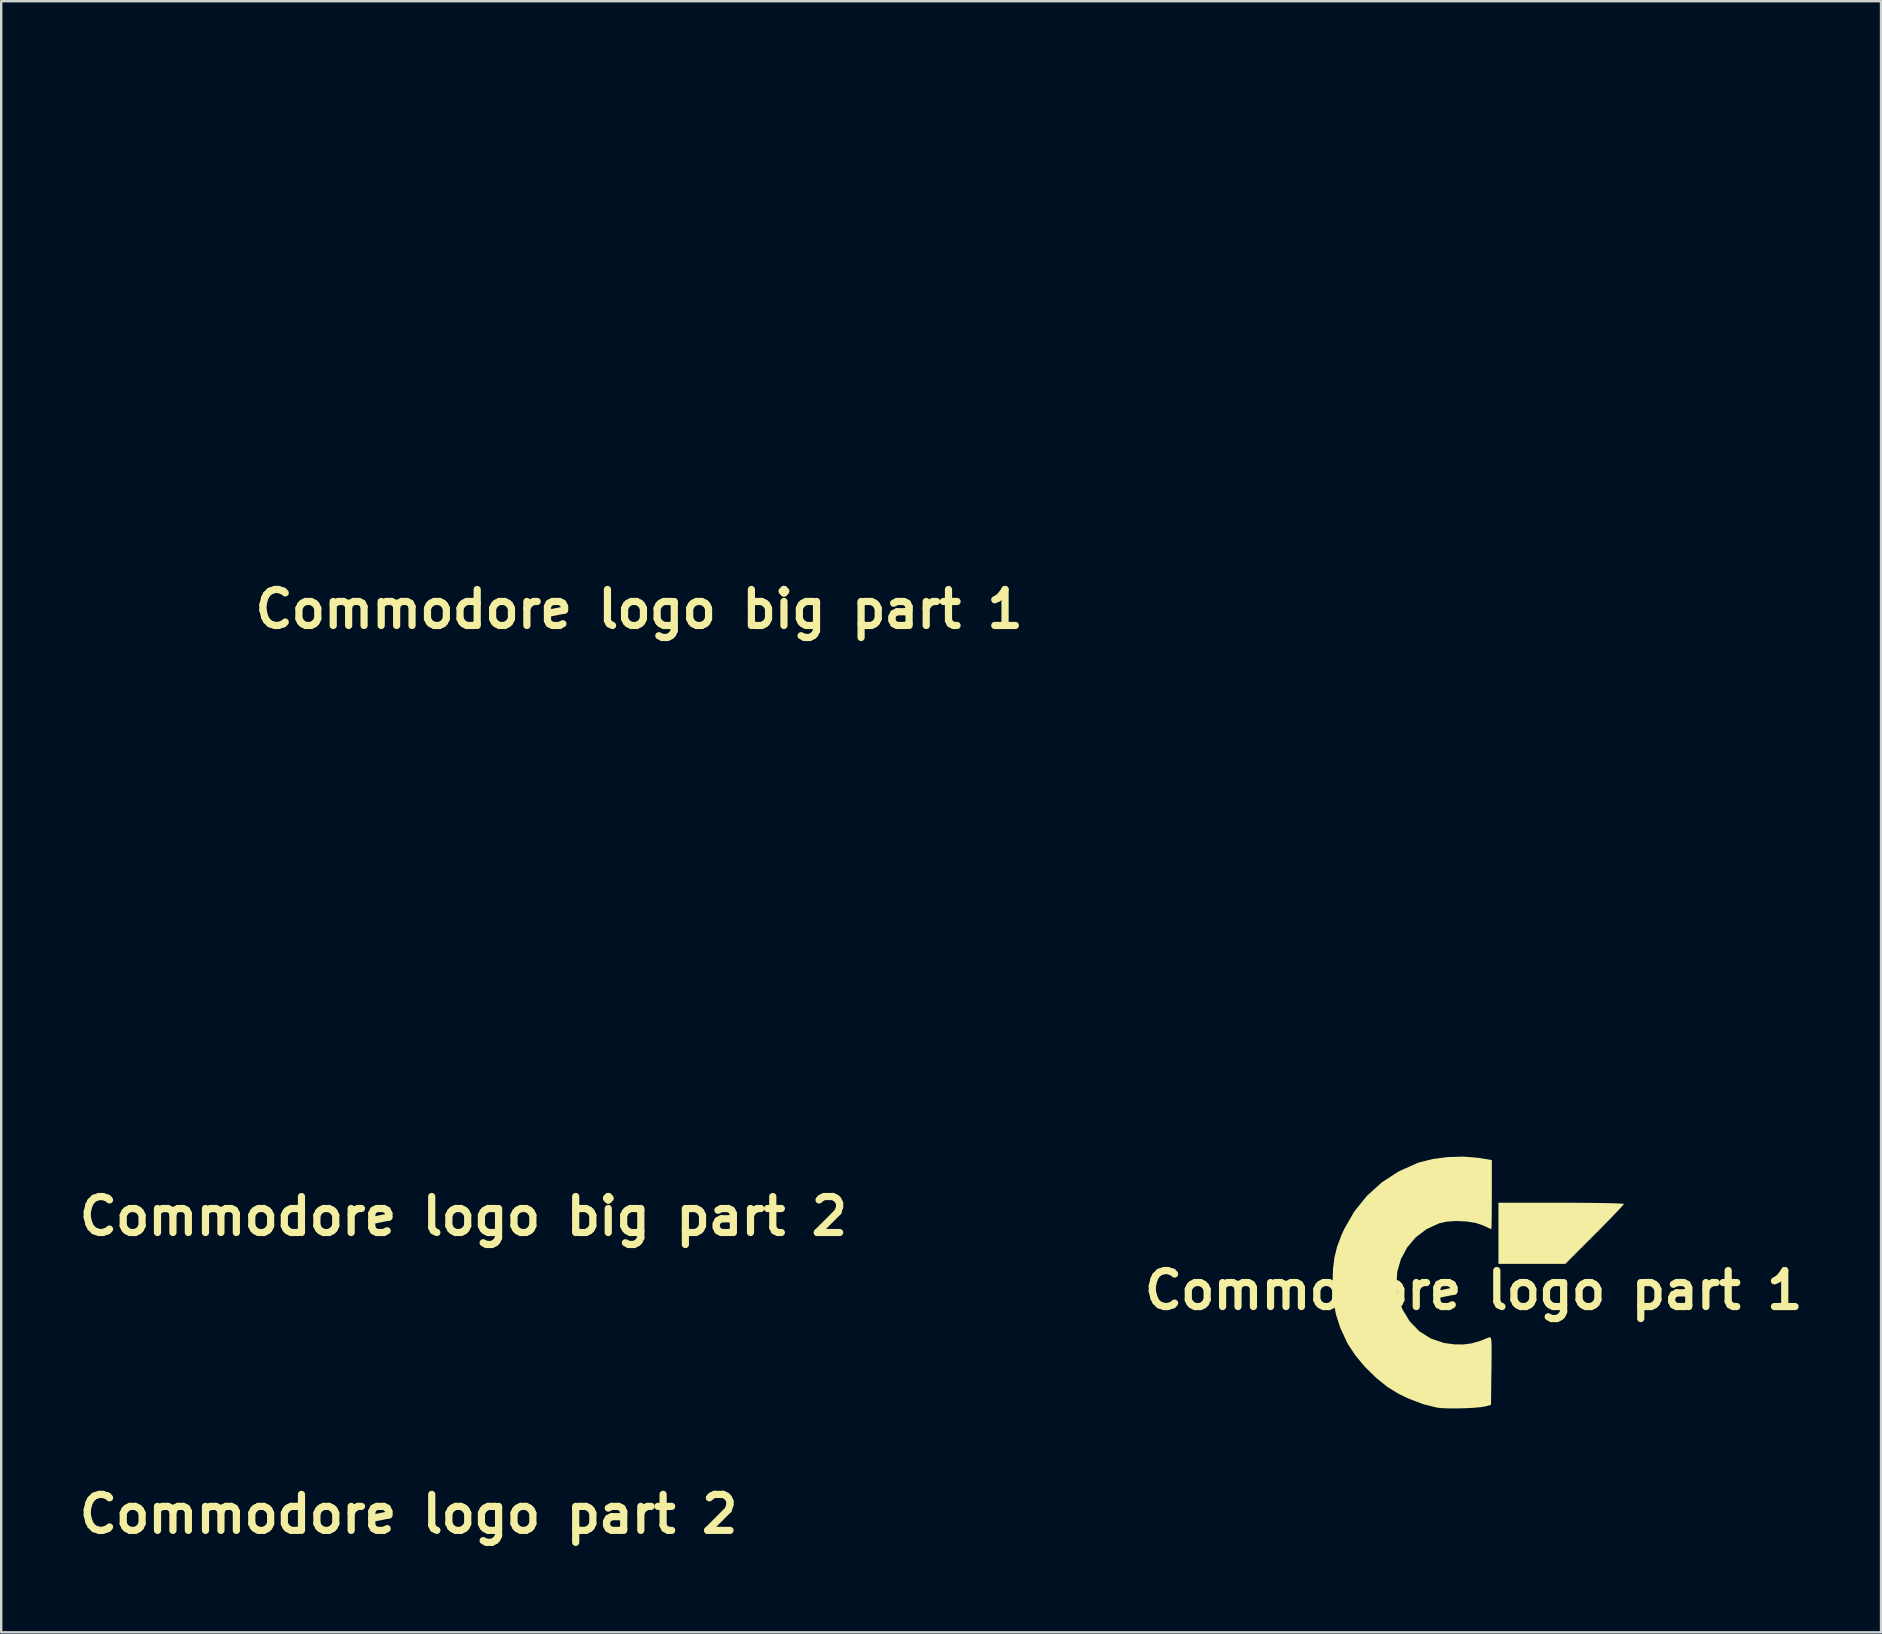
<source format=kicad_pcb>
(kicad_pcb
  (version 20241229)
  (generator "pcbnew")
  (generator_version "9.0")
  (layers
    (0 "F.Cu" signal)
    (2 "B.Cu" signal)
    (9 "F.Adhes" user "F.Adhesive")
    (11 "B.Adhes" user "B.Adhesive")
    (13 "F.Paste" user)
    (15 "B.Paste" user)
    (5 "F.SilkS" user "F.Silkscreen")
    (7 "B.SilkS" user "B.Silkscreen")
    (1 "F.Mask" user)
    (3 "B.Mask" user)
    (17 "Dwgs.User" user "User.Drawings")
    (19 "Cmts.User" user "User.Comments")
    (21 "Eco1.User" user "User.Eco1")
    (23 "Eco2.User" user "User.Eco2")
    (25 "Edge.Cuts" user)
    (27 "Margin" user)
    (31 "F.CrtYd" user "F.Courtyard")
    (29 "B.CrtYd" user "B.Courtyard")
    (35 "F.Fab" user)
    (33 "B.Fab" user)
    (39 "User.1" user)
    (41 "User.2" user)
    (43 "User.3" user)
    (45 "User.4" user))
  (footprint "Commodore logo big part 2"
    (layer "F.Cu")
    (at 16.264 47.638)
    (property "Reference" "Commodore logo big part 2" (at 0 0 0) (layer "F.SilkS") (effects (font (size 1.5 1.5) (thickness 0.3))))
    (attr board_only exclude_from_pos_files exclude_from_bom)
    (fp_poly (pts (xy 20.226 2.419) (xy 21.565 3.767) (xy 22.765 4.99) (xy 23.772 6.032) (xy 24.535 6.84) (xy 25.001 7.357) (xy 25.124 7.526) (xy 24.858 7.572) (xy 24.1 7.614) (xy 22.909 7.651) (xy 21.346 7.683) (xy 19.471 7.707) (xy 17.343 7.723) (xy 15.024 7.73) (xy 14.633 7.73) (xy 4.141 7.73) (xy 4.141 2.623) (xy 4.141 -2.485) (xy 9.735 -2.485) (xy 15.329 -2.485)) (stroke (width 0) (type solid)) (fill yes) (layer "F.Mask")))
  (footprint "Commodore logo part 2"
    (layer "F.Cu")
    (at 13.979 60.052)
    (property "Reference" "Commodore logo part 2" (at 0 0 0) (layer "F.SilkS") (effects (font (size 1.5 1.5) (thickness 0.3))))
    (attr board_only exclude_from_pos_files exclude_from_bom)
    (fp_poly (pts (xy 5.043 0.603) (xy 5.377 0.939) (xy 5.676 1.244) (xy 5.927 1.504) (xy 6.117 1.705) (xy 6.233 1.834) (xy 6.264 1.876) (xy 6.198 1.888) (xy 6.009 1.898) (xy 5.712 1.908) (xy 5.322 1.916) (xy 4.855 1.922) (xy 4.324 1.926) (xy 3.746 1.927) (xy 3.648 1.927) (xy 1.033 1.927) (xy 1.033 0.654) (xy 1.033 -0.62) (xy 2.427 -0.62) (xy 3.822 -0.62)) (stroke (width 0) (type solid)) (fill yes) (layer "F.Mask")))
  (footprint "Commodore logo part 1"
    (layer "F.Cu")
    (at 58.367 50.724)
    (property "Reference" "Commodore logo part 1" (at 0 0 0) (layer "F.SilkS") (effects (font (size 1.5 1.5) (thickness 0.3))))
    (attr board_only exclude_from_pos_files exclude_from_bom)
    (fp_poly (pts (xy 4.233 -3.647) (xy 4.772 -3.643) (xy 5.251 -3.637) (xy 5.654 -3.63) (xy 5.967 -3.621) (xy 6.175 -3.61) (xy 6.262 -3.599) (xy 6.264 -3.597) (xy 6.217 -3.537) (xy 6.086 -3.393) (xy 5.883 -3.179) (xy 5.622 -2.909) (xy 5.315 -2.597) (xy 5.043 -2.324) (xy 3.822 -1.101) (xy 2.427 -1.101) (xy 1.033 -1.101) (xy 1.033 -2.375) (xy 1.033 -3.648) (xy 3.648 -3.648)) (stroke (width 0) (type solid)) (fill yes) (layer "F.SilkS"))
    (fp_poly (pts (xy 0.177 -5.522) (xy 0.259 -5.51) (xy 0.757 -5.426) (xy 0.757 -3.986) (xy 0.756 -3.558) (xy 0.753 -3.18) (xy 0.749 -2.874) (xy 0.744 -2.658) (xy 0.738 -2.554) (xy 0.736 -2.547) (xy 0.667 -2.574) (xy 0.516 -2.645) (xy 0.409 -2.697) (xy 0.091 -2.804) (xy -0.307 -2.868) (xy -0.735 -2.887) (xy -1.141 -2.858) (xy -1.431 -2.793) (xy -1.964 -2.548) (xy -2.413 -2.207) (xy -2.77 -1.787) (xy -3.029 -1.304) (xy -3.182 -0.779) (xy -3.22 -0.226) (xy -3.137 0.334) (xy -2.973 0.786) (xy -2.662 1.3) (xy -2.262 1.711) (xy -1.783 2.012) (xy -1.235 2.197) (xy -0.792 2.256) (xy -0.417 2.258) (xy -0.077 2.212) (xy 0.28 2.108) (xy 0.638 1.964) (xy 0.679 1.954) (xy 0.709 1.975) (xy 0.73 2.043) (xy 0.742 2.175) (xy 0.748 2.388) (xy 0.748 2.697) (xy 0.744 3.121) (xy 0.741 3.343) (xy 0.723 4.774) (xy 0.516 4.833) (xy 0.319 4.869) (xy 0.024 4.896) (xy -0.33 4.915) (xy -0.705 4.925) (xy -1.061 4.923) (xy -1.359 4.91) (xy -1.531 4.89) (xy -2.101 4.748) (xy -2.695 4.522) (xy -3.132 4.314) (xy -3.599 4.025) (xy -4.077 3.639) (xy -4.533 3.19) (xy -4.933 2.711) (xy -5.244 2.237) (xy -5.283 2.164) (xy -5.559 1.565) (xy -5.742 0.998) (xy -5.845 0.413) (xy -5.879 -0.243) (xy -5.88 -0.31) (xy -5.862 -0.882) (xy -5.802 -1.369) (xy -5.69 -1.822) (xy -5.513 -2.29) (xy -5.397 -2.547) (xy -4.977 -3.281) (xy -4.45 -3.934) (xy -3.83 -4.495) (xy -3.128 -4.953) (xy -2.357 -5.298) (xy -2.26 -5.332) (xy -1.702 -5.471) (xy -1.073 -5.552) (xy -0.428 -5.571)) (stroke (width 0) (type solid)) (fill yes) (layer "F.SilkS")))
  (footprint "Commodore logo big part 1"
    (layer "F.Cu")
    (at 23.587 22.339)
    (property "Reference" "Commodore logo big part 1" (at 0 0 0) (layer "F.SilkS") (effects (font (size 1.5 1.5) (thickness 0.3))))
    (attr board_only exclude_from_pos_files exclude_from_bom)
    (fp_poly (pts (xy 16.978 -14.627) (xy 19.141 -14.613) (xy 21.061 -14.589) (xy 22.679 -14.559) (xy 23.934 -14.523) (xy 24.767 -14.481) (xy 25.117 -14.436) (xy 25.124 -14.428) (xy 24.937 -14.185) (xy 24.41 -13.608) (xy 23.596 -12.751) (xy 22.548 -11.669) (xy 21.317 -10.418) (xy 20.226 -9.321) (xy 15.329 -4.417) (xy 9.735 -4.417) (xy 4.141 -4.417) (xy 4.141 -9.525) (xy 4.141 -14.633) (xy 14.633 -14.633)) (stroke (width 0) (type solid)) (fill yes) (layer "F.Mask"))
    (fp_poly (pts (xy 1.039 -22.098) (xy 3.037 -21.761) (xy 3.037 -15.988) (xy 3.03 -14.27) (xy 3.011 -12.756) (xy 2.982 -11.526) (xy 2.945 -10.661) (xy 2.902 -10.242) (xy 2.888 -10.215) (xy 2.577 -10.334) (xy 1.956 -10.637) (xy 1.577 -10.835) (xy 0.952 -11.126) (xy 0.295 -11.31) (xy -0.54 -11.411) (xy -1.703 -11.452) (xy -2.485 -11.456) (xy -3.866 -11.441) (xy -4.862 -11.375) (xy -5.64 -11.232) (xy -6.367 -10.983) (xy -6.956 -10.72) (xy -8.818 -9.557) (xy -10.445 -7.957) (xy -11.74 -6.02) (xy -11.962 -5.577) (xy -12.398 -4.594) (xy -12.66 -3.773) (xy -12.792 -2.902) (xy -12.836 -1.769) (xy -12.838 -1.242) (xy -12.816 0.04) (xy -12.722 0.983) (xy -12.513 1.798) (xy -12.146 2.697) (xy -11.959 3.099) (xy -10.693 5.177) (xy -9.081 6.839) (xy -7.16 8.058) (xy -4.967 8.809) (xy -3.175 9.05) (xy -1.669 9.057) (xy -0.305 8.872) (xy 1.128 8.453) (xy 2.56 7.879) (xy 2.722 7.838) (xy 2.843 7.921) (xy 2.926 8.193) (xy 2.977 8.722) (xy 3 9.573) (xy 3.001 10.814) (xy 2.985 12.512) (xy 2.974 13.428) (xy 2.899 19.188) (xy 1.38 19.507) (xy -0.222 19.727) (xy -2.139 19.814) (xy -4.152 19.77) (xy -6.039 19.597) (xy -7.04 19.428) (xy -8.114 19.13) (xy -9.473 18.647) (xy -10.918 18.055) (xy -11.865 17.621) (xy -13.136 16.982) (xy -14.138 16.405) (xy -15.018 15.779) (xy -15.927 14.997) (xy -17.013 13.948) (xy -17.399 13.562) (xy -19.603 11.075) (xy -21.289 8.538) (xy -22.489 5.873) (xy -23.237 3.001) (xy -23.566 -0.158) (xy -23.587 -1.242) (xy -23.528 -3.475) (xy -23.307 -5.369) (xy -22.879 -7.125) (xy -22.195 -8.945) (xy -21.411 -10.629) (xy -19.654 -13.598) (xy -17.514 -16.169) (xy -15 -18.336) (xy -12.118 -20.092) (xy -9.186 -21.327) (xy -6.768 -21.953) (xy -4.084 -22.296) (xy -1.349 -22.339)) (stroke (width 0) (type solid)) (fill yes) (layer "F.Mask")))
  (gr_rect
    (start -3 -3)
    (end 75.345 64.98)
    (stroke (width 0.1) (type default))
    (fill no)
    (layer "Edge.Cuts")))
</source>
